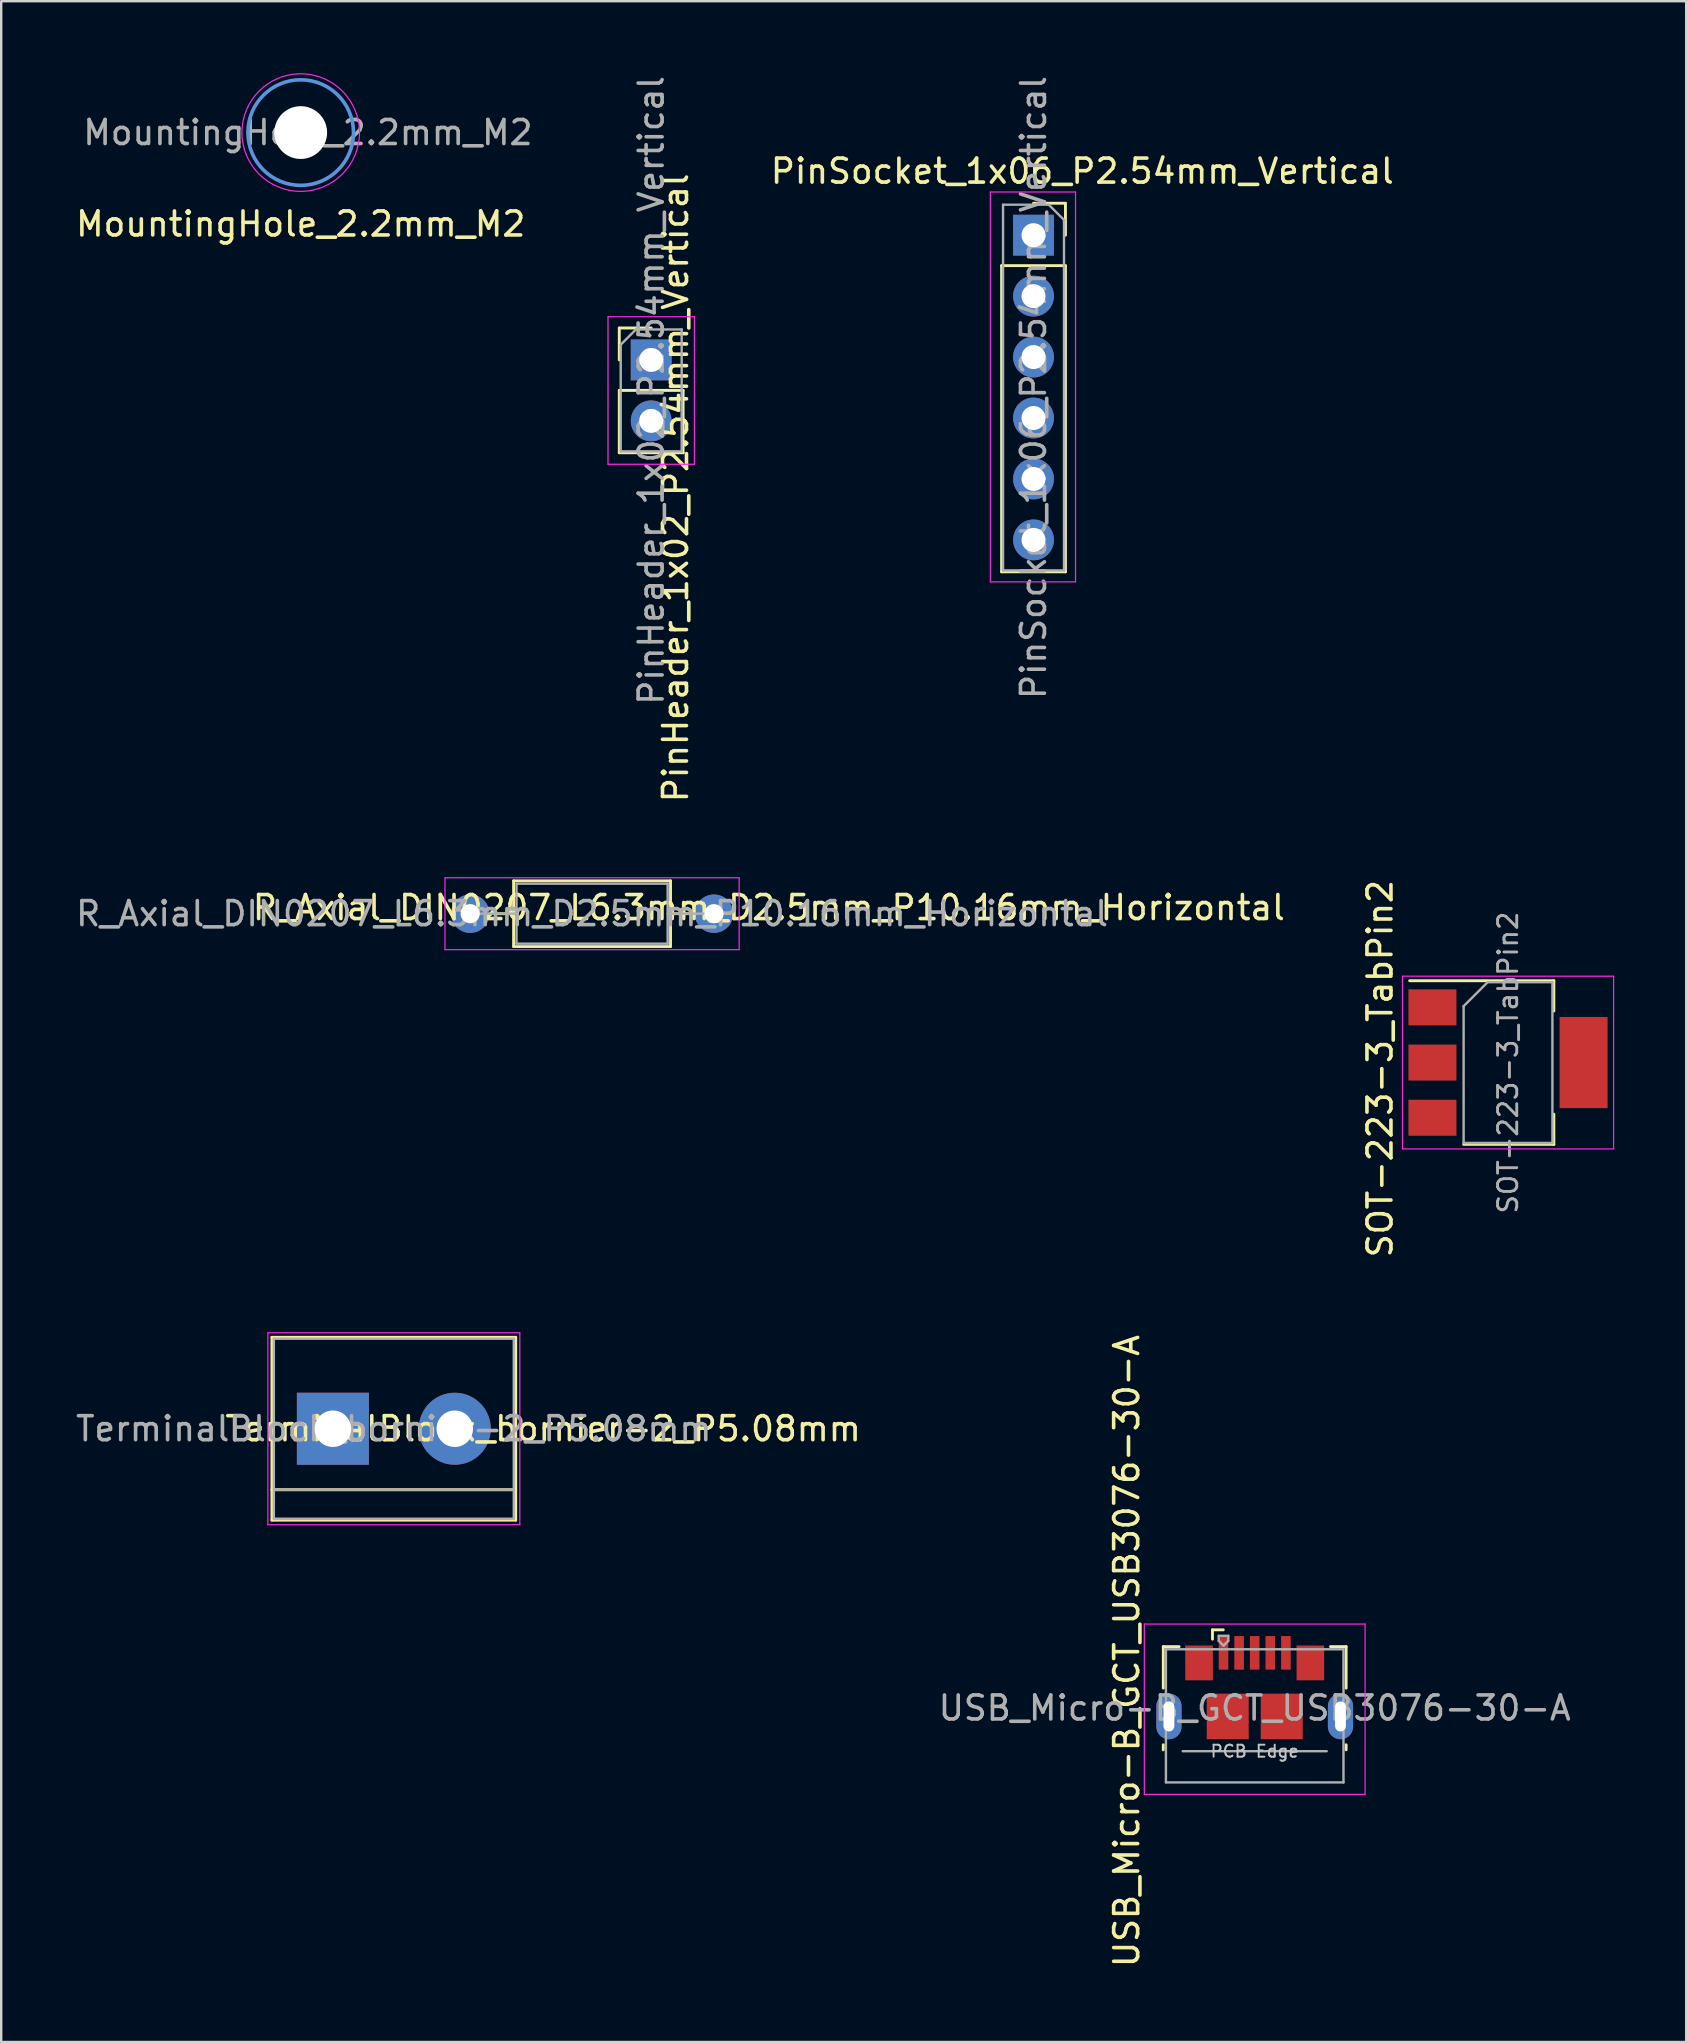
<source format=kicad_pcb>
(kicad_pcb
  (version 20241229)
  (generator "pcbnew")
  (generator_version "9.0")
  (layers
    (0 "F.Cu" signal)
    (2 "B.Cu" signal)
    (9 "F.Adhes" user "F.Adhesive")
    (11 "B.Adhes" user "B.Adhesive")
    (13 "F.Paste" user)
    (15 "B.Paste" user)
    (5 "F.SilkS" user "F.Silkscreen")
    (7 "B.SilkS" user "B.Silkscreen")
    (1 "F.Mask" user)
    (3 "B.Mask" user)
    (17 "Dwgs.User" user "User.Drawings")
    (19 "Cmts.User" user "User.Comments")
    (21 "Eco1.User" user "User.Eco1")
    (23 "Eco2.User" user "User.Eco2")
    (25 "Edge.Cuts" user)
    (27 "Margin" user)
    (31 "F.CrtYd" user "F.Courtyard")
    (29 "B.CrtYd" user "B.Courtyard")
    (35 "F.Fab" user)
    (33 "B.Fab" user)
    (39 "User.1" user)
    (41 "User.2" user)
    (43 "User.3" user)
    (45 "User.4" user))
  (footprint "PinHeader_1x02_P2.54mm_Vertical"
    (layer "F.Cu")
    (at 24.089 11.95)
    (property "Reference" "PinHeader_1x02_P2.54mm_Vertical" (at 1.016 5.334 90) (layer "F.SilkS") (effects (font (size 1 1) (thickness 0.15))))
    (attr through_hole)
    (fp_line (start -1.33 -1.33) (end 0 -1.33) (stroke (width 0.12) (type solid)) (layer "F.SilkS"))
    (fp_line (start -1.33 0) (end -1.33 -1.33) (stroke (width 0.12) (type solid)) (layer "F.SilkS"))
    (fp_line (start -1.33 1.27) (end -1.33 3.87) (stroke (width 0.12) (type solid)) (layer "F.SilkS"))
    (fp_line (start -1.33 1.27) (end 1.33 1.27) (stroke (width 0.12) (type solid)) (layer "F.SilkS"))
    (fp_line (start -1.33 3.87) (end 1.33 3.87) (stroke (width 0.12) (type solid)) (layer "F.SilkS"))
    (fp_line (start 1.33 1.27) (end 1.33 3.87) (stroke (width 0.12) (type solid)) (layer "F.SilkS"))
    (fp_line (start -1.8 -1.8) (end -1.8 4.35) (stroke (width 0.05) (type solid)) (layer "F.CrtYd"))
    (fp_line (start -1.8 4.35) (end 1.8 4.35) (stroke (width 0.05) (type solid)) (layer "F.CrtYd"))
    (fp_line (start 1.8 -1.8) (end -1.8 -1.8) (stroke (width 0.05) (type solid)) (layer "F.CrtYd"))
    (fp_line (start 1.8 4.35) (end 1.8 -1.8) (stroke (width 0.05) (type solid)) (layer "F.CrtYd"))
    (fp_line (start -1.27 -0.635) (end -0.635 -1.27) (stroke (width 0.1) (type solid)) (layer "F.Fab"))
    (fp_line (start -1.27 3.81) (end -1.27 -0.635) (stroke (width 0.1) (type solid)) (layer "F.Fab"))
    (fp_line (start -0.635 -1.27) (end 1.27 -1.27) (stroke (width 0.1) (type solid)) (layer "F.Fab"))
    (fp_line (start 1.27 -1.27) (end 1.27 3.81) (stroke (width 0.1) (type solid)) (layer "F.Fab"))
    (fp_line (start 1.27 3.81) (end -1.27 3.81) (stroke (width 0.1) (type solid)) (layer "F.Fab"))
    (fp_text user "${REFERENCE}" (at 0 1.27 90) (layer "F.Fab") (effects (font (size 1 1) (thickness 0.15))))
    (pad "1" thru_hole rect (at 0 0) (size 1.7 1.7) (drill 1) (layers "*.Cu" "*.Mask"))
    (pad "2" thru_hole oval (at 0 2.54) (size 1.7 1.7) (drill 1) (layers "*.Cu" "*.Mask")))
  (footprint "TerminalBlock_bornier-2_P5.08mm"
    (layer "F.Cu")
    (at 10.823 56.494)
    (property "Reference" "TerminalBlock_bornier-2_P5.08mm" (at 8.763 0 0) (layer "F.SilkS") (effects (font (size 1 1) (thickness 0.15))))
    (attr through_hole)
    (fp_line (start -2.54 -3.81) (end -2.54 3.81) (stroke (width 0.12) (type solid)) (layer "F.SilkS"))
    (fp_line (start -2.54 3.81) (end 7.62 3.81) (stroke (width 0.12) (type solid)) (layer "F.SilkS"))
    (fp_line (start 7.62 -3.81) (end -2.54 -3.81) (stroke (width 0.12) (type solid)) (layer "F.SilkS"))
    (fp_line (start 7.62 2.54) (end -2.54 2.54) (stroke (width 0.12) (type solid)) (layer "F.SilkS"))
    (fp_line (start 7.62 3.81) (end 7.62 -3.81) (stroke (width 0.12) (type solid)) (layer "F.SilkS"))
    (fp_line (start -2.71 -4) (end -2.71 4) (stroke (width 0.05) (type solid)) (layer "F.CrtYd"))
    (fp_line (start -2.71 -4) (end 7.79 -4) (stroke (width 0.05) (type solid)) (layer "F.CrtYd"))
    (fp_line (start 7.79 4) (end -2.71 4) (stroke (width 0.05) (type solid)) (layer "F.CrtYd"))
    (fp_line (start 7.79 4) (end 7.79 -4) (stroke (width 0.05) (type solid)) (layer "F.CrtYd"))
    (fp_line (start -2.46 -3.75) (end -2.46 3.75) (stroke (width 0.1) (type solid)) (layer "F.Fab"))
    (fp_line (start -2.46 3.75) (end 7.54 3.75) (stroke (width 0.1) (type solid)) (layer "F.Fab"))
    (fp_line (start -2.41 2.55) (end 7.49 2.55) (stroke (width 0.1) (type solid)) (layer "F.Fab"))
    (fp_line (start 7.54 -3.75) (end -2.46 -3.75) (stroke (width 0.1) (type solid)) (layer "F.Fab"))
    (fp_line (start 7.54 3.75) (end 7.54 -3.75) (stroke (width 0.1) (type solid)) (layer "F.Fab"))
    (fp_text user "${REFERENCE}" (at 2.54 0 0) (layer "F.Fab") (effects (font (size 1 1) (thickness 0.15))))
    (pad "1" thru_hole rect (at 0 0) (size 3 3) (drill 1.52) (layers "*.Cu" "*.Mask"))
    (pad "2" thru_hole circle (at 5.08 0) (size 3 3) (drill 1.52) (layers "*.Cu" "*.Mask")))
  (footprint "R_Axial_DIN0207_L6.3mm_D2.5mm_P10.16mm_Horizontal"
    (layer "F.Cu")
    (at 16.545 35.029)
    (property "Reference" "R_Axial_DIN0207_L6.3mm_D2.5mm_P10.16mm_Horizontal" (at 12.446 -0.254 0) (layer "F.SilkS") (effects (font (size 1 1) (thickness 0.15))))
    (attr through_hole)
    (fp_line (start 1.04 0) (end 1.81 0) (stroke (width 0.12) (type solid)) (layer "F.SilkS"))
    (fp_line (start 1.81 -1.37) (end 1.81 1.37) (stroke (width 0.12) (type solid)) (layer "F.SilkS"))
    (fp_line (start 1.81 1.37) (end 8.35 1.37) (stroke (width 0.12) (type solid)) (layer "F.SilkS"))
    (fp_line (start 8.35 -1.37) (end 1.81 -1.37) (stroke (width 0.12) (type solid)) (layer "F.SilkS"))
    (fp_line (start 8.35 1.37) (end 8.35 -1.37) (stroke (width 0.12) (type solid)) (layer "F.SilkS"))
    (fp_line (start 9.12 0) (end 8.35 0) (stroke (width 0.12) (type solid)) (layer "F.SilkS"))
    (fp_line (start -1.05 -1.5) (end -1.05 1.5) (stroke (width 0.05) (type solid)) (layer "F.CrtYd"))
    (fp_line (start -1.05 1.5) (end 11.21 1.5) (stroke (width 0.05) (type solid)) (layer "F.CrtYd"))
    (fp_line (start 11.21 -1.5) (end -1.05 -1.5) (stroke (width 0.05) (type solid)) (layer "F.CrtYd"))
    (fp_line (start 11.21 1.5) (end 11.21 -1.5) (stroke (width 0.05) (type solid)) (layer "F.CrtYd"))
    (fp_line (start 0 0) (end 1.93 0) (stroke (width 0.1) (type solid)) (layer "F.Fab"))
    (fp_line (start 1.93 -1.25) (end 1.93 1.25) (stroke (width 0.1) (type solid)) (layer "F.Fab"))
    (fp_line (start 1.93 1.25) (end 8.23 1.25) (stroke (width 0.1) (type solid)) (layer "F.Fab"))
    (fp_line (start 8.23 -1.25) (end 1.93 -1.25) (stroke (width 0.1) (type solid)) (layer "F.Fab"))
    (fp_line (start 8.23 1.25) (end 8.23 -1.25) (stroke (width 0.1) (type solid)) (layer "F.Fab"))
    (fp_line (start 10.16 0) (end 8.23 0) (stroke (width 0.1) (type solid)) (layer "F.Fab"))
    (fp_text user "${REFERENCE}" (at 5.08 0 0) (layer "F.Fab") (effects (font (size 1 1) (thickness 0.15))))
    (pad "1" thru_hole circle (at 0 0) (size 1.6 1.6) (drill 0.8) (layers "*.Cu" "*.Mask"))
    (pad "2" thru_hole oval (at 10.16 0) (size 1.6 1.6) (drill 0.8) (layers "*.Cu" "*.Mask")))
  (footprint "SOT-223-3_TabPin2"
    (layer "F.Cu")
    (at 59.798 41.233)
    (property "Reference" "SOT-223-3_TabPin2" (at -5.334 0.254 270) (layer "F.SilkS") (effects (font (size 1 1) (thickness 0.15))))
    (attr smd)
    (fp_line (start -4.1 -3.41) (end 1.91 -3.41) (stroke (width 0.12) (type solid)) (layer "F.SilkS"))
    (fp_line (start -1.85 3.41) (end 1.91 3.41) (stroke (width 0.12) (type solid)) (layer "F.SilkS"))
    (fp_line (start 1.91 -3.41) (end 1.91 -2.15) (stroke (width 0.12) (type solid)) (layer "F.SilkS"))
    (fp_line (start 1.91 3.41) (end 1.91 2.15) (stroke (width 0.12) (type solid)) (layer "F.SilkS"))
    (fp_line (start -4.4 -3.6) (end -4.4 3.6) (stroke (width 0.05) (type solid)) (layer "F.CrtYd"))
    (fp_line (start -4.4 3.6) (end 4.4 3.6) (stroke (width 0.05) (type solid)) (layer "F.CrtYd"))
    (fp_line (start 4.4 -3.6) (end -4.4 -3.6) (stroke (width 0.05) (type solid)) (layer "F.CrtYd"))
    (fp_line (start 4.4 3.6) (end 4.4 -3.6) (stroke (width 0.05) (type solid)) (layer "F.CrtYd"))
    (fp_line (start -1.85 -2.35) (end -1.85 3.35) (stroke (width 0.1) (type solid)) (layer "F.Fab"))
    (fp_line (start -1.85 -2.35) (end -0.85 -3.35) (stroke (width 0.1) (type solid)) (layer "F.Fab"))
    (fp_line (start -1.85 3.35) (end 1.85 3.35) (stroke (width 0.1) (type solid)) (layer "F.Fab"))
    (fp_line (start -0.85 -3.35) (end 1.85 -3.35) (stroke (width 0.1) (type solid)) (layer "F.Fab"))
    (fp_line (start 1.85 -3.35) (end 1.85 3.35) (stroke (width 0.1) (type solid)) (layer "F.Fab"))
    (fp_text user "${REFERENCE}" (at 0 0 90) (layer "F.Fab") (effects (font (size 0.8 0.8) (thickness 0.12))))
    (pad "1" smd rect (at -3.15 -2.3) (size 2 1.5) (layers "F.Cu" "F.Mask" "F.Paste"))
    (pad "2" smd rect (at -3.15 0) (size 2 1.5) (layers "F.Cu" "F.Mask" "F.Paste"))
    (pad "2" smd rect (at 3.15 0) (size 2 3.8) (layers "F.Cu" "F.Mask" "F.Paste"))
    (pad "3" smd rect (at -3.15 2.3) (size 2 1.5) (layers "F.Cu" "F.Mask" "F.Paste")))
  (footprint "PinSocket_1x06_P2.54mm_Vertical"
    (layer "F.Cu")
    (at 40.023 6.751)
    (property "Reference" "PinSocket_1x06_P2.54mm_Vertical" (at 2.032 -2.667 0) (layer "F.SilkS") (effects (font (size 1 1) (thickness 0.15))))
    (attr through_hole)
    (fp_line (start -1.33 1.27) (end -1.33 14.03) (stroke (width 0.12) (type solid)) (layer "F.SilkS"))
    (fp_line (start -1.33 1.27) (end 1.33 1.27) (stroke (width 0.12) (type solid)) (layer "F.SilkS"))
    (fp_line (start -1.33 14.03) (end 1.33 14.03) (stroke (width 0.12) (type solid)) (layer "F.SilkS"))
    (fp_line (start 0 -1.33) (end 1.33 -1.33) (stroke (width 0.12) (type solid)) (layer "F.SilkS"))
    (fp_line (start 1.33 -1.33) (end 1.33 0) (stroke (width 0.12) (type solid)) (layer "F.SilkS"))
    (fp_line (start 1.33 1.27) (end 1.33 14.03) (stroke (width 0.12) (type solid)) (layer "F.SilkS"))
    (fp_line (start -1.8 -1.8) (end 1.75 -1.8) (stroke (width 0.05) (type solid)) (layer "F.CrtYd"))
    (fp_line (start -1.8 14.45) (end -1.8 -1.8) (stroke (width 0.05) (type solid)) (layer "F.CrtYd"))
    (fp_line (start 1.75 -1.8) (end 1.75 14.45) (stroke (width 0.05) (type solid)) (layer "F.CrtYd"))
    (fp_line (start 1.75 14.45) (end -1.8 14.45) (stroke (width 0.05) (type solid)) (layer "F.CrtYd"))
    (fp_line (start -1.27 -1.27) (end 0.635 -1.27) (stroke (width 0.1) (type solid)) (layer "F.Fab"))
    (fp_line (start -1.27 13.97) (end -1.27 -1.27) (stroke (width 0.1) (type solid)) (layer "F.Fab"))
    (fp_line (start 0.635 -1.27) (end 1.27 -0.635) (stroke (width 0.1) (type solid)) (layer "F.Fab"))
    (fp_line (start 1.27 -0.635) (end 1.27 13.97) (stroke (width 0.1) (type solid)) (layer "F.Fab"))
    (fp_line (start 1.27 13.97) (end -1.27 13.97) (stroke (width 0.1) (type solid)) (layer "F.Fab"))
    (fp_text user "${REFERENCE}" (at 0 6.35 90) (layer "F.Fab") (effects (font (size 1 1) (thickness 0.15))))
    (pad "1" thru_hole rect (at 0 0) (size 1.7 1.7) (drill 1) (layers "*.Cu" "*.Mask"))
    (pad "2" thru_hole oval (at 0 2.54) (size 1.7 1.7) (drill 1) (layers "*.Cu" "*.Mask"))
    (pad "3" thru_hole oval (at 0 5.08) (size 1.7 1.7) (drill 1) (layers "*.Cu" "*.Mask"))
    (pad "4" thru_hole oval (at 0 7.62) (size 1.7 1.7) (drill 1) (layers "*.Cu" "*.Mask"))
    (pad "5" thru_hole oval (at 0 10.16) (size 1.7 1.7) (drill 1) (layers "*.Cu" "*.Mask"))
    (pad "6" thru_hole oval (at 0 12.7) (size 1.7 1.7) (drill 1) (layers "*.Cu" "*.Mask")))
  (footprint "USB_Micro-B_GCT_USB3076-30-A"
    (layer "F.Cu")
    (at 49.241 67.284)
    (property "Reference" "USB_Micro-B_GCT_USB3076-30-A" (at -5.334 -1.524 270) (layer "F.SilkS") (effects (font (size 1 1) (thickness 0.15))))
    (attr smd)
    (fp_line (start -3.81 -1.71) (end -3.15 -1.71) (stroke (width 0.12) (type solid)) (layer "F.SilkS"))
    (fp_line (start -3.81 0.02) (end -3.81 -1.71) (stroke (width 0.12) (type solid)) (layer "F.SilkS"))
    (fp_line (start -3.81 2.59) (end -3.81 2.38) (stroke (width 0.12) (type solid)) (layer "F.SilkS"))
    (fp_line (start -1.76 -2.41) (end -1.76 -2.02) (stroke (width 0.12) (type solid)) (layer "F.SilkS"))
    (fp_line (start -1.76 -2.41) (end -1.31 -2.41) (stroke (width 0.12) (type solid)) (layer "F.SilkS"))
    (fp_line (start 3.81 -1.71) (end 3.16 -1.71) (stroke (width 0.12) (type solid)) (layer "F.SilkS"))
    (fp_line (start 3.81 0.02) (end 3.81 -1.71) (stroke (width 0.12) (type solid)) (layer "F.SilkS"))
    (fp_line (start 3.81 2.59) (end 3.81 2.38) (stroke (width 0.12) (type solid)) (layer "F.SilkS"))
    (fp_line (start -4.6 -2.65) (end 4.6 -2.65) (stroke (width 0.05) (type solid)) (layer "F.CrtYd"))
    (fp_line (start -4.6 4.45) (end -4.6 -2.65) (stroke (width 0.05) (type solid)) (layer "F.CrtYd"))
    (fp_line (start -4.6 4.45) (end 4.6 4.45) (stroke (width 0.05) (type solid)) (layer "F.CrtYd"))
    (fp_line (start 4.6 -2.65) (end 4.6 4.45) (stroke (width 0.05) (type solid)) (layer "F.CrtYd"))
    (fp_line (start -3.7 -1.6) (end 3.7 -1.6) (stroke (width 0.1) (type solid)) (layer "F.Fab"))
    (fp_line (start -3.7 3.95) (end -3.7 -1.6) (stroke (width 0.1) (type solid)) (layer "F.Fab"))
    (fp_line (start -3.7 3.95) (end 3.7 3.95) (stroke (width 0.1) (type solid)) (layer "F.Fab"))
    (fp_line (start -3 2.65) (end 3 2.65) (stroke (width 0.1) (type solid)) (layer "F.Fab"))
    (fp_line (start -1.5 -2.16) (end -1.5 -1.95) (stroke (width 0.1) (type solid)) (layer "F.Fab"))
    (fp_line (start -1.5 -2.16) (end -1.1 -2.16) (stroke (width 0.1) (type solid)) (layer "F.Fab"))
    (fp_line (start -1.3 -1.75) (end -1.5 -1.95) (stroke (width 0.1) (type solid)) (layer "F.Fab"))
    (fp_line (start -1.1 -2.16) (end -1.1 -1.95) (stroke (width 0.1) (type solid)) (layer "F.Fab"))
    (fp_line (start -1.1 -1.95) (end -1.3 -1.75) (stroke (width 0.1) (type solid)) (layer "F.Fab"))
    (fp_line (start 3.7 3.95) (end 3.7 -1.6) (stroke (width 0.1) (type solid)) (layer "F.Fab"))
    (fp_text user "PCB Edge" (at 0 2.65 0) (layer "Dwgs.User") (effects (font (size 0.5 0.5) (thickness 0.08))))
    (fp_text user "${REFERENCE}" (at 0 0.85 0) (layer "F.Fab") (effects (font (size 1 1) (thickness 0.15))))
    (pad "1" smd rect (at -1.3 -1.45) (size 0.4 1.4) (layers "F.Cu" "F.Mask" "F.Paste"))
    (pad "2" smd rect (at -0.65 -1.45) (size 0.4 1.4) (layers "F.Cu" "F.Mask" "F.Paste"))
    (pad "3" smd rect (at 0 -1.45) (size 0.4 1.4) (layers "F.Cu" "F.Mask" "F.Paste"))
    (pad "4" smd rect (at 0.65 -1.45) (size 0.4 1.4) (layers "F.Cu" "F.Mask" "F.Paste"))
    (pad "5" smd rect (at 1.3 -1.45) (size 0.4 1.4) (layers "F.Cu" "F.Mask" "F.Paste"))
    (pad "6" thru_hole oval (at -3.575 1.2 180) (size 1.05 1.9) (drill oval 0.45 1.25) (layers "*.Cu" "*.Mask"))
    (pad "6" smd rect (at -2.32 -1.03) (size 1.15 1.45) (layers "F.Cu" "F.Mask" "F.Paste"))
    (pad "6" smd rect (at -1.125 1.2) (size 1.75 1.9) (layers "F.Cu" "F.Mask" "F.Paste"))
    (pad "6" smd rect (at 1.125 1.2) (size 1.75 1.9) (layers "F.Cu" "F.Mask" "F.Paste"))
    (pad "6" smd rect (at 2.32 -1.03) (size 1.15 1.45) (layers "F.Cu" "F.Mask" "F.Paste"))
    (pad "6" thru_hole oval (at 3.575 1.2) (size 1.05 1.9) (drill oval 0.45 1.25) (layers "*.Cu" "*.Mask")))
  (footprint "MountingHole_2.2mm_M2"
    (layer "F.Cu")
    (at 9.482 2.475)
    (property "Reference" "MountingHole_2.2mm_M2" (at 0 3.81 0) (layer "F.SilkS") (effects (font (size 1 1) (thickness 0.15))))
    (attr exclude_from_pos_files exclude_from_bom)
    (fp_circle (center 0 0) (end 2.2 0) (stroke (width 0.15) (type solid)) (fill no) (layer "Cmts.User"))
    (fp_circle (center 0 0) (end 2.45 0) (stroke (width 0.05) (type solid)) (fill no) (layer "F.CrtYd"))
    (fp_text user "${REFERENCE}" (at 0.3 0 0) (layer "F.Fab") (effects (font (size 1 1) (thickness 0.15))))
    (pad "" np_thru_hole circle (at 0 0) (size 2.2 2.2) (drill 2.2) (layers "*.Cu" "*.Mask")))
  (gr_rect
    (start -3 -3)
    (end 67.223 82.052)
    (stroke (width 0.1) (type default))
    (fill no)
    (layer "Edge.Cuts")))
</source>
